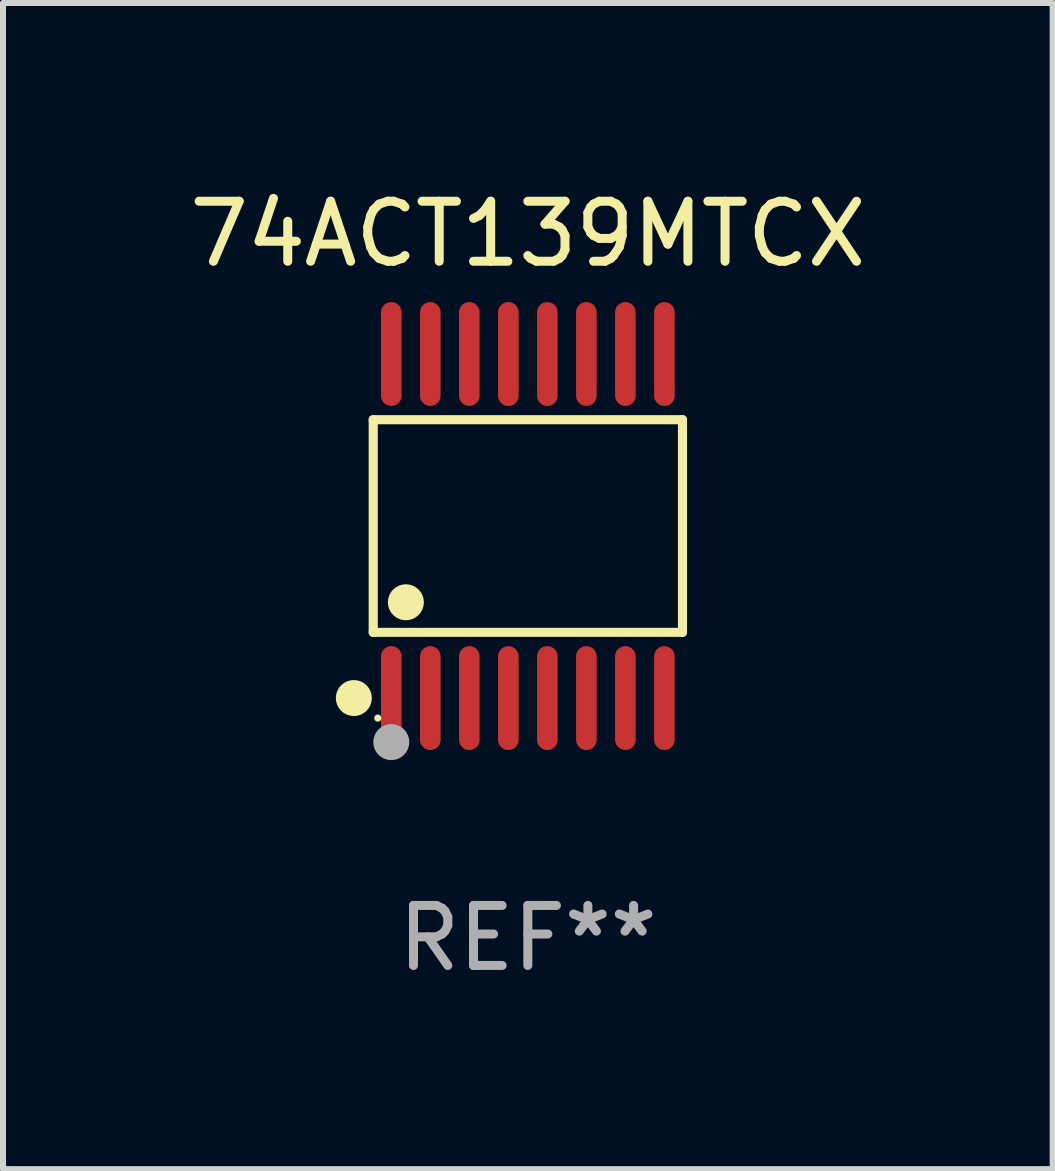
<source format=kicad_pcb>
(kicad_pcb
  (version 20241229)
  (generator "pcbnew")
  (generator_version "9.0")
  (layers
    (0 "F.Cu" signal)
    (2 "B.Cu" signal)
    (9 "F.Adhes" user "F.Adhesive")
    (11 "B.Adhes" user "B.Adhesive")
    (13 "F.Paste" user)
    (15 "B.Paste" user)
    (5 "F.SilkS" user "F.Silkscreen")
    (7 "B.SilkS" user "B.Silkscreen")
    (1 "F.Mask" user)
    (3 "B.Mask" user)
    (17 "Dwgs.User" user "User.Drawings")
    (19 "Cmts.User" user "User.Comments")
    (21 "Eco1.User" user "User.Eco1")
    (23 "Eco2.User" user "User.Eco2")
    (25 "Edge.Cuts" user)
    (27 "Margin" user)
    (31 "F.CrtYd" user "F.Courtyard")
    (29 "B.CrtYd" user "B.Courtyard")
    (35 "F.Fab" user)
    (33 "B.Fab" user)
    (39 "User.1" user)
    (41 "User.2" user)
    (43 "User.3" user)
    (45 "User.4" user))
  (footprint "74ACT139MTCX"
    (layer "F.Cu")
    (at 5.744 5.714)
    (property "Reference" "74ACT139MTCX" (at 0 -4.866 0) (layer "F.SilkS") (effects (font (size 1 1) (thickness 0.15))))
    (attr through_hole)
    (fp_line (start -2.576 -1.772) (end 2.576 -1.772) (stroke (width 0.152) (type solid)) (layer "F.SilkS"))
    (fp_line (start -2.576 1.771) (end -2.576 -1.772) (stroke (width 0.152) (type solid)) (layer "F.SilkS"))
    (fp_line (start 2.576 -1.772) (end 2.576 1.771) (stroke (width 0.152) (type solid)) (layer "F.SilkS"))
    (fp_line (start 2.576 1.771) (end -2.576 1.771) (stroke (width 0.152) (type solid)) (layer "F.SilkS"))
    (fp_circle (center -2.899 2.866) (end -2.749 2.866) (stroke (width 0.3) (type solid)) (fill no) (layer "F.SilkS"))
    (fp_circle (center -2.5 3.2) (end -2.47 3.2) (stroke (width 0.06) (type solid)) (fill no) (layer "F.SilkS"))
    (fp_circle (center -2.032 1.27) (end -1.882 1.27) (stroke (width 0.3) (type solid)) (fill no) (layer "F.SilkS"))
    (fp_circle (center -2.275 3.6) (end -2.125 3.6) (stroke (width 0.3) (type solid)) (fill no) (layer "F.Fab"))
    (fp_text user "REF**" (at 0 6.866 0) (layer "F.Fab") (effects (font (size 1 1) (thickness 0.15))))
    (pad "1" smd oval (at -2.275 2.866) (size 0.343 1.731) (layers "F.Cu" "F.Mask" "F.Paste"))
    (pad "2" smd oval (at -1.625 2.866) (size 0.343 1.731) (layers "F.Cu" "F.Mask" "F.Paste"))
    (pad "3" smd oval (at -0.975 2.866) (size 0.343 1.731) (layers "F.Cu" "F.Mask" "F.Paste"))
    (pad "4" smd oval (at -0.325 2.866) (size 0.343 1.731) (layers "F.Cu" "F.Mask" "F.Paste"))
    (pad "5" smd oval (at 0.325 2.866) (size 0.343 1.731) (layers "F.Cu" "F.Mask" "F.Paste"))
    (pad "6" smd oval (at 0.975 2.866) (size 0.343 1.731) (layers "F.Cu" "F.Mask" "F.Paste"))
    (pad "7" smd oval (at 1.625 2.866) (size 0.343 1.731) (layers "F.Cu" "F.Mask" "F.Paste"))
    (pad "8" smd oval (at 2.275 2.866) (size 0.343 1.731) (layers "F.Cu" "F.Mask" "F.Paste"))
    (pad "9" smd oval (at 2.275 -2.866) (size 0.343 1.731) (layers "F.Cu" "F.Mask" "F.Paste"))
    (pad "10" smd oval (at 1.625 -2.866) (size 0.343 1.731) (layers "F.Cu" "F.Mask" "F.Paste"))
    (pad "11" smd oval (at 0.975 -2.866) (size 0.343 1.731) (layers "F.Cu" "F.Mask" "F.Paste"))
    (pad "12" smd oval (at 0.325 -2.866) (size 0.343 1.731) (layers "F.Cu" "F.Mask" "F.Paste"))
    (pad "13" smd oval (at -0.325 -2.866) (size 0.343 1.731) (layers "F.Cu" "F.Mask" "F.Paste"))
    (pad "14" smd oval (at -0.975 -2.866) (size 0.343 1.731) (layers "F.Cu" "F.Mask" "F.Paste"))
    (pad "15" smd oval (at -1.625 -2.866) (size 0.343 1.731) (layers "F.Cu" "F.Mask" "F.Paste"))
    (pad "16" smd oval (at -2.275 -2.866) (size 0.343 1.731) (layers "F.Cu" "F.Mask" "F.Paste")))
  (gr_rect
    (start -3 -3)
    (end 14.488 16.428)
    (stroke (width 0.1) (type default))
    (fill no)
    (layer "Edge.Cuts")))
</source>
